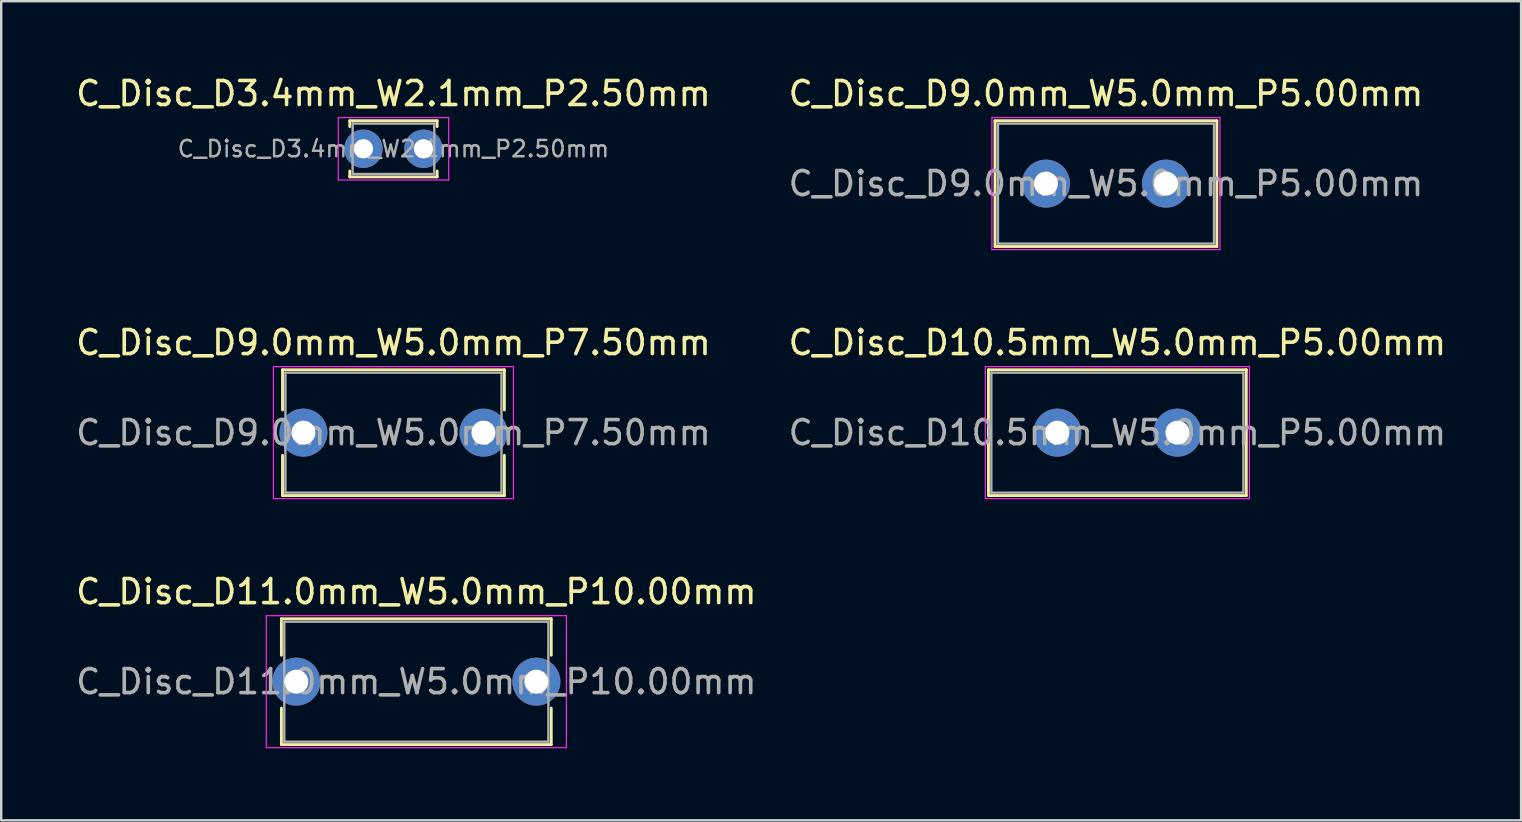
<source format=kicad_pcb>
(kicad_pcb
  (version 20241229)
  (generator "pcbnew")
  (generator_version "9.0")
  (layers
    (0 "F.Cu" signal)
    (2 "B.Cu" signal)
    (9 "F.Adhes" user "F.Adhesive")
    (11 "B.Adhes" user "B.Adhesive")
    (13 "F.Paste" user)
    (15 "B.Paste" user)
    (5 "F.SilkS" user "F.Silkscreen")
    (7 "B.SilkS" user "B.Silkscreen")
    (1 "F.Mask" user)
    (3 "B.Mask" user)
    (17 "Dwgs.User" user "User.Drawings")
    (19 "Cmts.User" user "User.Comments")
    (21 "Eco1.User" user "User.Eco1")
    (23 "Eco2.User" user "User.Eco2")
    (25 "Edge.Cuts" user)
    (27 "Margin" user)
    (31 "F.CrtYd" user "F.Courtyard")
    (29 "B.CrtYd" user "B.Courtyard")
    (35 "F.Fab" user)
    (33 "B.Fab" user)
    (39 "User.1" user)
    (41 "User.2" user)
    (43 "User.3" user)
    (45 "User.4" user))
  (footprint "C_Disc_D9.0mm_W5.0mm_P5.00mm"
    (layer "F.Cu")
    (at 40.518 4.598)
    (property "Reference" "C_Disc_D9.0mm_W5.0mm_P5.00mm" (at 2.5 -3.75 0) (layer "F.SilkS") (effects (font (size 1 1) (thickness 0.15))))
    (attr through_hole)
    (fp_line (start -2.12 -2.62) (end -2.12 2.62) (stroke (width 0.12) (type solid)) (layer "F.SilkS"))
    (fp_line (start -2.12 -2.62) (end 7.12 -2.62) (stroke (width 0.12) (type solid)) (layer "F.SilkS"))
    (fp_line (start -2.12 2.62) (end 7.12 2.62) (stroke (width 0.12) (type solid)) (layer "F.SilkS"))
    (fp_line (start 7.12 -2.62) (end 7.12 2.62) (stroke (width 0.12) (type solid)) (layer "F.SilkS"))
    (fp_line (start -2.25 -2.75) (end -2.25 2.75) (stroke (width 0.05) (type solid)) (layer "F.CrtYd"))
    (fp_line (start -2.25 2.75) (end 7.25 2.75) (stroke (width 0.05) (type solid)) (layer "F.CrtYd"))
    (fp_line (start 7.25 -2.75) (end -2.25 -2.75) (stroke (width 0.05) (type solid)) (layer "F.CrtYd"))
    (fp_line (start 7.25 2.75) (end 7.25 -2.75) (stroke (width 0.05) (type solid)) (layer "F.CrtYd"))
    (fp_line (start -2 -2.5) (end -2 2.5) (stroke (width 0.1) (type solid)) (layer "F.Fab"))
    (fp_line (start -2 2.5) (end 7 2.5) (stroke (width 0.1) (type solid)) (layer "F.Fab"))
    (fp_line (start 7 -2.5) (end -2 -2.5) (stroke (width 0.1) (type solid)) (layer "F.Fab"))
    (fp_line (start 7 2.5) (end 7 -2.5) (stroke (width 0.1) (type solid)) (layer "F.Fab"))
    (fp_text user "${REFERENCE}" (at 2.5 0 0) (layer "F.Fab") (effects (font (size 1 1) (thickness 0.15))))
    (pad "1" thru_hole circle (at 0 0) (size 2 2) (drill 1) (layers "*.Cu" "*.Mask"))
    (pad "2" thru_hole circle (at 5 0) (size 2 2) (drill 1) (layers "*.Cu" "*.Mask")))
  (footprint "C_Disc_D10.5mm_W5.0mm_P5.00mm"
    (layer "F.Cu")
    (at 40.994 14.972)
    (property "Reference" "C_Disc_D10.5mm_W5.0mm_P5.00mm" (at 2.5 -3.75 0) (layer "F.SilkS") (effects (font (size 1 1) (thickness 0.15))))
    (attr through_hole)
    (fp_line (start -2.87 -2.62) (end -2.87 2.62) (stroke (width 0.12) (type solid)) (layer "F.SilkS"))
    (fp_line (start -2.87 -2.62) (end 7.87 -2.62) (stroke (width 0.12) (type solid)) (layer "F.SilkS"))
    (fp_line (start -2.87 2.62) (end 7.87 2.62) (stroke (width 0.12) (type solid)) (layer "F.SilkS"))
    (fp_line (start 7.87 -2.62) (end 7.87 2.62) (stroke (width 0.12) (type solid)) (layer "F.SilkS"))
    (fp_line (start -3 -2.75) (end -3 2.75) (stroke (width 0.05) (type solid)) (layer "F.CrtYd"))
    (fp_line (start -3 2.75) (end 8 2.75) (stroke (width 0.05) (type solid)) (layer "F.CrtYd"))
    (fp_line (start 8 -2.75) (end -3 -2.75) (stroke (width 0.05) (type solid)) (layer "F.CrtYd"))
    (fp_line (start 8 2.75) (end 8 -2.75) (stroke (width 0.05) (type solid)) (layer "F.CrtYd"))
    (fp_line (start -2.75 -2.5) (end -2.75 2.5) (stroke (width 0.1) (type solid)) (layer "F.Fab"))
    (fp_line (start -2.75 2.5) (end 7.75 2.5) (stroke (width 0.1) (type solid)) (layer "F.Fab"))
    (fp_line (start 7.75 -2.5) (end -2.75 -2.5) (stroke (width 0.1) (type solid)) (layer "F.Fab"))
    (fp_line (start 7.75 2.5) (end 7.75 -2.5) (stroke (width 0.1) (type solid)) (layer "F.Fab"))
    (fp_text user "${REFERENCE}" (at 2.5 0 0) (layer "F.Fab") (effects (font (size 1 1) (thickness 0.15))))
    (pad "1" thru_hole circle (at 0 0) (size 2 2) (drill 1) (layers "*.Cu" "*.Mask"))
    (pad "2" thru_hole circle (at 5 0) (size 2 2) (drill 1) (layers "*.Cu" "*.Mask")))
  (footprint "C_Disc_D9.0mm_W5.0mm_P7.50mm"
    (layer "F.Cu")
    (at 9.589 14.972)
    (property "Reference" "C_Disc_D9.0mm_W5.0mm_P7.50mm" (at 3.75 -3.75 0) (layer "F.SilkS") (effects (font (size 1 1) (thickness 0.15))))
    (attr through_hole)
    (fp_line (start -0.87 -2.62) (end -0.87 -0.946) (stroke (width 0.12) (type solid)) (layer "F.SilkS"))
    (fp_line (start -0.87 -2.62) (end 8.37 -2.62) (stroke (width 0.12) (type solid)) (layer "F.SilkS"))
    (fp_line (start -0.87 0.946) (end -0.87 2.62) (stroke (width 0.12) (type solid)) (layer "F.SilkS"))
    (fp_line (start -0.87 2.62) (end 8.37 2.62) (stroke (width 0.12) (type solid)) (layer "F.SilkS"))
    (fp_line (start 8.37 -2.62) (end 8.37 -0.946) (stroke (width 0.12) (type solid)) (layer "F.SilkS"))
    (fp_line (start 8.37 0.946) (end 8.37 2.62) (stroke (width 0.12) (type solid)) (layer "F.SilkS"))
    (fp_line (start -1.25 -2.75) (end -1.25 2.75) (stroke (width 0.05) (type solid)) (layer "F.CrtYd"))
    (fp_line (start -1.25 2.75) (end 8.75 2.75) (stroke (width 0.05) (type solid)) (layer "F.CrtYd"))
    (fp_line (start 8.75 -2.75) (end -1.25 -2.75) (stroke (width 0.05) (type solid)) (layer "F.CrtYd"))
    (fp_line (start 8.75 2.75) (end 8.75 -2.75) (stroke (width 0.05) (type solid)) (layer "F.CrtYd"))
    (fp_line (start -0.75 -2.5) (end -0.75 2.5) (stroke (width 0.1) (type solid)) (layer "F.Fab"))
    (fp_line (start -0.75 2.5) (end 8.25 2.5) (stroke (width 0.1) (type solid)) (layer "F.Fab"))
    (fp_line (start 8.25 -2.5) (end -0.75 -2.5) (stroke (width 0.1) (type solid)) (layer "F.Fab"))
    (fp_line (start 8.25 2.5) (end 8.25 -2.5) (stroke (width 0.1) (type solid)) (layer "F.Fab"))
    (fp_text user "${REFERENCE}" (at 3.75 0 0) (layer "F.Fab") (effects (font (size 1 1) (thickness 0.15))))
    (pad "1" thru_hole circle (at 0 0) (size 2 2) (drill 1) (layers "*.Cu" "*.Mask"))
    (pad "2" thru_hole circle (at 7.5 0) (size 2 2) (drill 1) (layers "*.Cu" "*.Mask")))
  (footprint "C_Disc_D11.0mm_W5.0mm_P10.00mm"
    (layer "F.Cu")
    (at 9.292 25.345)
    (property "Reference" "C_Disc_D11.0mm_W5.0mm_P10.00mm" (at 5 -3.75 0) (layer "F.SilkS") (effects (font (size 1 1) (thickness 0.15))))
    (attr through_hole)
    (fp_line (start -0.62 -2.62) (end -0.62 -1.101) (stroke (width 0.12) (type solid)) (layer "F.SilkS"))
    (fp_line (start -0.62 -2.62) (end 10.62 -2.62) (stroke (width 0.12) (type solid)) (layer "F.SilkS"))
    (fp_line (start -0.62 1.101) (end -0.62 2.62) (stroke (width 0.12) (type solid)) (layer "F.SilkS"))
    (fp_line (start -0.62 2.62) (end 10.62 2.62) (stroke (width 0.12) (type solid)) (layer "F.SilkS"))
    (fp_line (start 10.62 -2.62) (end 10.62 -1.101) (stroke (width 0.12) (type solid)) (layer "F.SilkS"))
    (fp_line (start 10.62 1.101) (end 10.62 2.62) (stroke (width 0.12) (type solid)) (layer "F.SilkS"))
    (fp_line (start -1.25 -2.75) (end -1.25 2.75) (stroke (width 0.05) (type solid)) (layer "F.CrtYd"))
    (fp_line (start -1.25 2.75) (end 11.25 2.75) (stroke (width 0.05) (type solid)) (layer "F.CrtYd"))
    (fp_line (start 11.25 -2.75) (end -1.25 -2.75) (stroke (width 0.05) (type solid)) (layer "F.CrtYd"))
    (fp_line (start 11.25 2.75) (end 11.25 -2.75) (stroke (width 0.05) (type solid)) (layer "F.CrtYd"))
    (fp_line (start -0.5 -2.5) (end -0.5 2.5) (stroke (width 0.1) (type solid)) (layer "F.Fab"))
    (fp_line (start -0.5 2.5) (end 10.5 2.5) (stroke (width 0.1) (type solid)) (layer "F.Fab"))
    (fp_line (start 10.5 -2.5) (end -0.5 -2.5) (stroke (width 0.1) (type solid)) (layer "F.Fab"))
    (fp_line (start 10.5 2.5) (end 10.5 -2.5) (stroke (width 0.1) (type solid)) (layer "F.Fab"))
    (fp_text user "${REFERENCE}" (at 5 0 0) (layer "F.Fab") (effects (font (size 1 1) (thickness 0.15))))
    (pad "1" thru_hole circle (at 0 0) (size 2 2) (drill 1) (layers "*.Cu" "*.Mask"))
    (pad "2" thru_hole circle (at 10 0) (size 2 2) (drill 1) (layers "*.Cu" "*.Mask")))
  (footprint "C_Disc_D3.4mm_W2.1mm_P2.50mm"
    (layer "F.Cu")
    (at 12.089 3.148)
    (property "Reference" "C_Disc_D3.4mm_W2.1mm_P2.50mm" (at 1.25 -2.3 0) (layer "F.SilkS") (effects (font (size 1 1) (thickness 0.15))))
    (attr through_hole)
    (fp_line (start -0.57 -1.17) (end -0.57 -0.925) (stroke (width 0.12) (type solid)) (layer "F.SilkS"))
    (fp_line (start -0.57 -1.17) (end 3.07 -1.17) (stroke (width 0.12) (type solid)) (layer "F.SilkS"))
    (fp_line (start -0.57 0.925) (end -0.57 1.17) (stroke (width 0.12) (type solid)) (layer "F.SilkS"))
    (fp_line (start -0.57 1.17) (end 3.07 1.17) (stroke (width 0.12) (type solid)) (layer "F.SilkS"))
    (fp_line (start 3.07 -1.17) (end 3.07 -0.925) (stroke (width 0.12) (type solid)) (layer "F.SilkS"))
    (fp_line (start 3.07 0.925) (end 3.07 1.17) (stroke (width 0.12) (type solid)) (layer "F.SilkS"))
    (fp_line (start -1.05 -1.3) (end -1.05 1.3) (stroke (width 0.05) (type solid)) (layer "F.CrtYd"))
    (fp_line (start -1.05 1.3) (end 3.55 1.3) (stroke (width 0.05) (type solid)) (layer "F.CrtYd"))
    (fp_line (start 3.55 -1.3) (end -1.05 -1.3) (stroke (width 0.05) (type solid)) (layer "F.CrtYd"))
    (fp_line (start 3.55 1.3) (end 3.55 -1.3) (stroke (width 0.05) (type solid)) (layer "F.CrtYd"))
    (fp_line (start -0.45 -1.05) (end -0.45 1.05) (stroke (width 0.1) (type solid)) (layer "F.Fab"))
    (fp_line (start -0.45 1.05) (end 2.95 1.05) (stroke (width 0.1) (type solid)) (layer "F.Fab"))
    (fp_line (start 2.95 -1.05) (end -0.45 -1.05) (stroke (width 0.1) (type solid)) (layer "F.Fab"))
    (fp_line (start 2.95 1.05) (end 2.95 -1.05) (stroke (width 0.1) (type solid)) (layer "F.Fab"))
    (fp_text user "${REFERENCE}" (at 1.25 0 0) (layer "F.Fab") (effects (font (size 0.68 0.68) (thickness 0.102))))
    (pad "1" thru_hole circle (at 0 0) (size 1.6 1.6) (drill 0.8) (layers "*.Cu" "*.Mask"))
    (pad "2" thru_hole circle (at 2.5 0) (size 1.6 1.6) (drill 0.8) (layers "*.Cu" "*.Mask")))
  (gr_rect
    (start -3 -3)
    (end 60.31 31.12)
    (stroke (width 0.1) (type default))
    (fill no)
    (layer "Edge.Cuts")))
</source>
